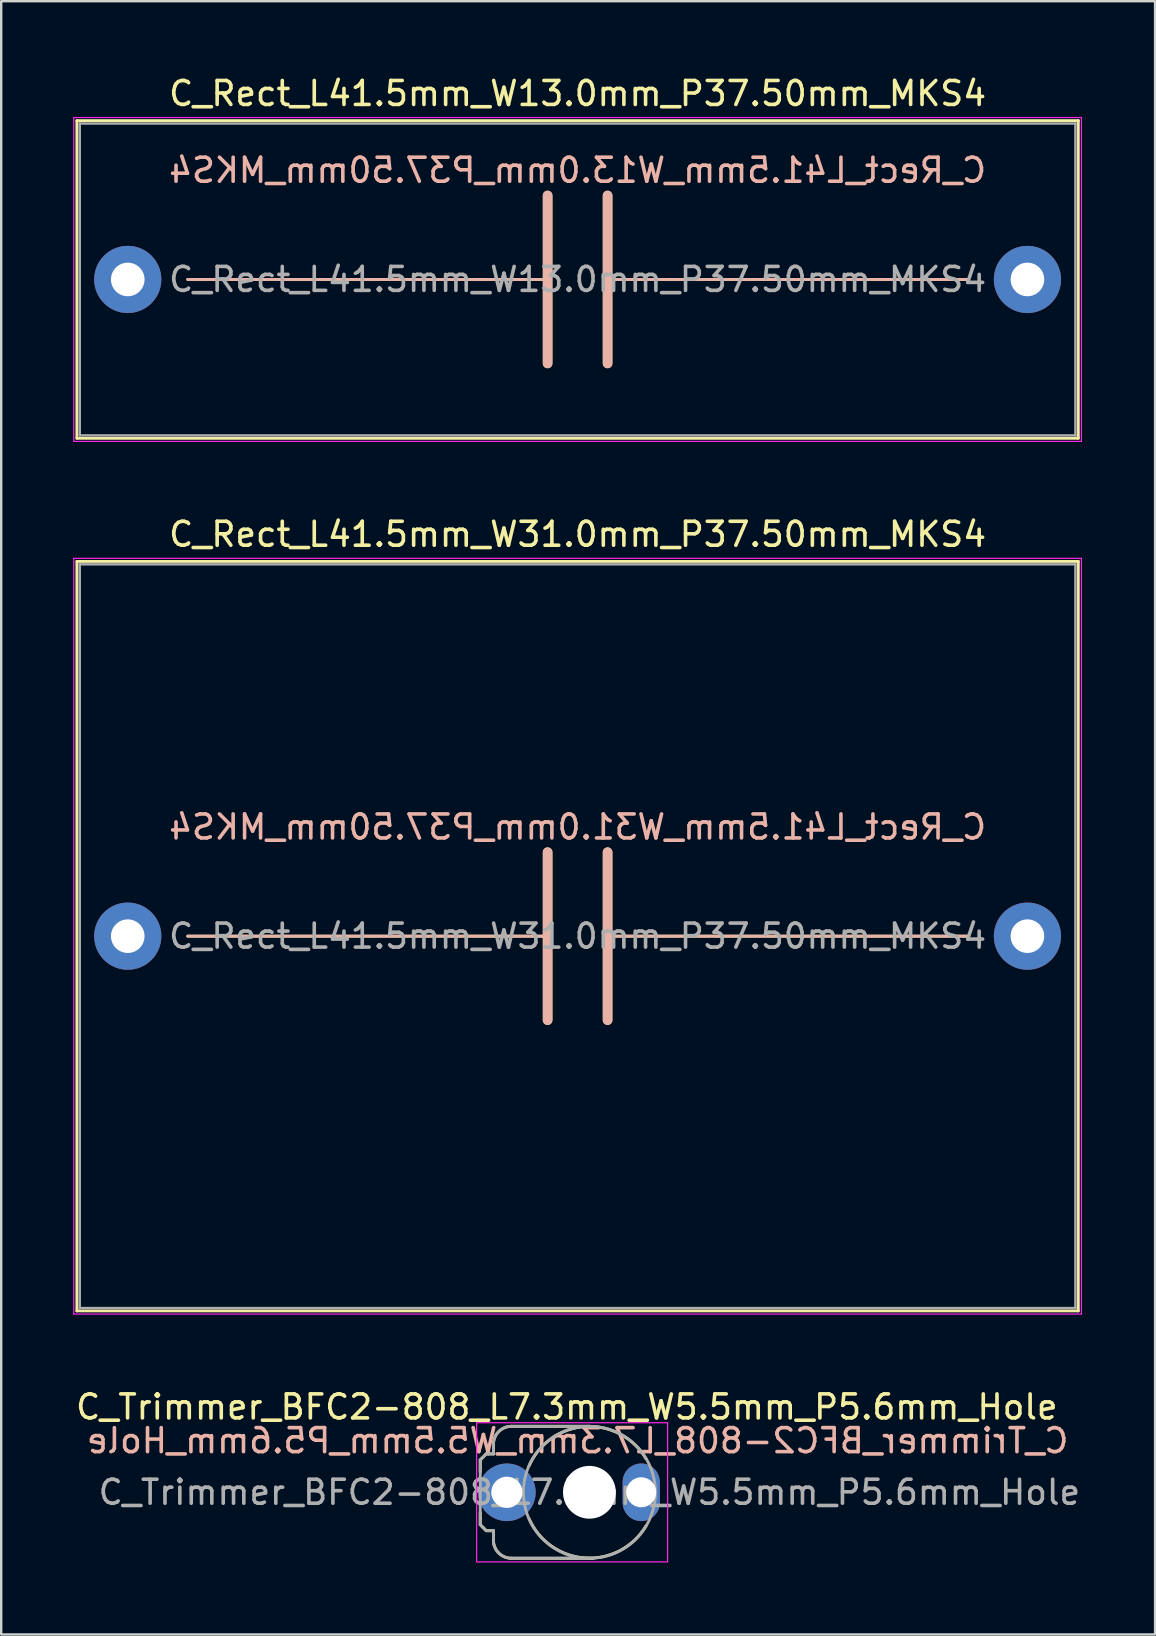
<source format=kicad_pcb>
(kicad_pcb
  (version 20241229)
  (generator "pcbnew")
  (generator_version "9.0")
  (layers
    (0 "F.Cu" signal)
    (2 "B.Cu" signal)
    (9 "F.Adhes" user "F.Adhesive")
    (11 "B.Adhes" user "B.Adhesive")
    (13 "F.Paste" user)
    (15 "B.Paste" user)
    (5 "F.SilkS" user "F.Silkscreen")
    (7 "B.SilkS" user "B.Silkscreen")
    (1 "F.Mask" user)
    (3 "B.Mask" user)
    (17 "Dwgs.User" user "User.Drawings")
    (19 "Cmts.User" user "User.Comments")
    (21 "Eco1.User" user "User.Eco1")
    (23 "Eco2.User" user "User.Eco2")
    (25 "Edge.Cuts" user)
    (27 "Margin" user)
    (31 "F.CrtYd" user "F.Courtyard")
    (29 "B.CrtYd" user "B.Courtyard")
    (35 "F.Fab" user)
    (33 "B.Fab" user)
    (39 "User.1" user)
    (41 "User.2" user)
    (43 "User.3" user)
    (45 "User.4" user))
  (footprint "C_Rect_L41.5mm_W13.0mm_P37.50mm_MKS4"
    (layer "F.Cu")
    (at 2.275 8.598)
    (property "Reference" "C_Rect_L41.5mm_W13.0mm_P37.50mm_MKS4" (at 18.75 -7.75 0) (layer "F.SilkS") (effects (font (size 1 1) (thickness 0.15))))
    (fp_line (start -2.12 -6.62) (end -2.12 6.62) (stroke (width 0.12) (type solid)) (layer "F.SilkS"))
    (fp_line (start -2.12 -6.62) (end 39.62 -6.62) (stroke (width 0.12) (type solid)) (layer "F.SilkS"))
    (fp_line (start -2.12 6.62) (end 39.62 6.62) (stroke (width 0.12) (type solid)) (layer "F.SilkS"))
    (fp_line (start 2.5 0) (end 17.5 0) (stroke (width 0.12) (type solid)) (layer "F.SilkS"))
    (fp_line (start 17.5 -3.5) (end 17.5 3.5) (stroke (width 0.4) (type solid)) (layer "F.SilkS"))
    (fp_line (start 20 -3.5) (end 20 3.5) (stroke (width 0.4) (type solid)) (layer "F.SilkS"))
    (fp_line (start 20 0) (end 35 0) (stroke (width 0.12) (type solid)) (layer "F.SilkS"))
    (fp_line (start 39.62 -6.62) (end 39.62 6.62) (stroke (width 0.12) (type solid)) (layer "F.SilkS"))
    (fp_line (start 2.5 0) (end 17.5 0) (stroke (width 0.12) (type solid)) (layer "B.SilkS"))
    (fp_line (start 17.5 3.5) (end 17.5 -3.5) (stroke (width 0.4) (type solid)) (layer "B.SilkS"))
    (fp_line (start 20 0) (end 35 0) (stroke (width 0.12) (type solid)) (layer "B.SilkS"))
    (fp_line (start 20 3.5) (end 20 -3.5) (stroke (width 0.4) (type solid)) (layer "B.SilkS"))
    (fp_line (start -2.25 -6.75) (end -2.25 6.75) (stroke (width 0.05) (type solid)) (layer "F.CrtYd"))
    (fp_line (start -2.25 6.75) (end 39.75 6.75) (stroke (width 0.05) (type solid)) (layer "F.CrtYd"))
    (fp_line (start 39.75 -6.75) (end -2.25 -6.75) (stroke (width 0.05) (type solid)) (layer "F.CrtYd"))
    (fp_line (start 39.75 6.75) (end 39.75 -6.75) (stroke (width 0.05) (type solid)) (layer "F.CrtYd"))
    (fp_line (start -2 -6.5) (end -2 6.5) (stroke (width 0.1) (type solid)) (layer "F.Fab"))
    (fp_line (start -2 6.5) (end 39.5 6.5) (stroke (width 0.1) (type solid)) (layer "F.Fab"))
    (fp_line (start 39.5 -6.5) (end -2 -6.5) (stroke (width 0.1) (type solid)) (layer "F.Fab"))
    (fp_line (start 39.5 6.5) (end 39.5 -6.5) (stroke (width 0.1) (type solid)) (layer "F.Fab"))
    (fp_text user "${REFERENCE}" (at 18.75 -4.55 0) (layer "B.SilkS") (effects (font (size 1 1) (thickness 0.15)) (justify mirror)))
    (fp_text user "${REFERENCE}" (at 18.75 0 0) (layer "F.Fab") (effects (font (size 1 1) (thickness 0.15))))
    (pad "1" thru_hole circle (at 0 0) (size 2.8 2.8) (drill 1.4) (layers "*.Cu" "*.Mask"))
    (pad "2" thru_hole circle (at 37.5 0) (size 2.8 2.8) (drill 1.4) (layers "*.Cu" "*.Mask")))
  (footprint "C_Trimmer_BFC2-808_L7.3mm_W5.5mm_P5.6mm_Hole"
    (layer "F.Cu")
    (at 18.077 59.151)
    (property "Reference" "C_Trimmer_BFC2-808_L7.3mm_W5.5mm_P5.6mm_Hole" (at 2.5 -3.556 0) (layer "F.SilkS") (effects (font (size 1 1) (thickness 0.15))))
    (fp_line (start -1.11 -1.35) (end -1.11 -0.85) (stroke (width 0.12) (type solid)) (layer "F.SilkS"))
    (fp_line (start -1.11 1.35) (end -1.11 0.85) (stroke (width 0.12) (type solid)) (layer "F.SilkS"))
    (fp_line (start -1.11 1.35) (end -0.86 1.6) (stroke (width 0.12) (type solid)) (layer "F.SilkS"))
    (fp_line (start -0.86 -1.6) (end -1.11 -1.35) (stroke (width 0.12) (type solid)) (layer "F.SilkS"))
    (fp_line (start -0.76 -1.6) (end -0.86 -1.6) (stroke (width 0.12) (type solid)) (layer "F.SilkS"))
    (fp_line (start -0.56 -2) (end -0.56 -1.6) (stroke (width 0.12) (type solid)) (layer "F.SilkS"))
    (fp_line (start -0.56 -1.6) (end -0.76 -1.6) (stroke (width 0.12) (type solid)) (layer "F.SilkS"))
    (fp_line (start -0.56 1.6) (end -0.86 1.6) (stroke (width 0.12) (type solid)) (layer "F.SilkS"))
    (fp_line (start -0.56 1.6) (end -0.56 2) (stroke (width 0.12) (type solid)) (layer "F.SilkS"))
    (fp_line (start 0.19 -2.75) (end 3.44 -2.75) (stroke (width 0.12) (type solid)) (layer "F.SilkS"))
    (fp_line (start 0.19 2.75) (end 3.59 2.75) (stroke (width 0.12) (type solid)) (layer "F.SilkS"))
    (fp_arc (start -0.56 -2) (mid -0.34033 -2.53033) (end 0.19 -2.75) (stroke (width 0.12) (type solid)) (layer "F.SilkS"))
    (fp_arc (start 0.19 2.75) (mid -0.34033 2.53033) (end -0.56 2) (stroke (width 0.12) (type solid)) (layer "F.SilkS"))
    (fp_arc (start 0.928365 -1.10512) (mid 3.274208 -2.738999) (end 5.8 -1.4) (stroke (width 0.12) (type solid)) (layer "F.SilkS"))
    (fp_arc (start 5.8 1.4) (mid 3.274208 2.738999) (end 0.928365 1.10512) (stroke (width 0.12) (type solid)) (layer "F.SilkS"))
    (fp_line (start -1.26 -2.9) (end -1.26 2.9) (stroke (width 0.05) (type solid)) (layer "F.CrtYd"))
    (fp_line (start -1.26 2.9) (end 6.7 2.9) (stroke (width 0.05) (type solid)) (layer "F.CrtYd"))
    (fp_line (start 6.7 -2.9) (end -1.26 -2.9) (stroke (width 0.05) (type solid)) (layer "F.CrtYd"))
    (fp_line (start 6.7 2.9) (end 6.7 -2.9) (stroke (width 0.05) (type solid)) (layer "F.CrtYd"))
    (fp_line (start -1.11 -1.35) (end -1.11 0) (stroke (width 0.12) (type solid)) (layer "F.Fab"))
    (fp_line (start -1.11 1.35) (end -1.11 0) (stroke (width 0.12) (type solid)) (layer "F.Fab"))
    (fp_line (start -1.11 1.35) (end -0.86 1.6) (stroke (width 0.12) (type solid)) (layer "F.Fab"))
    (fp_line (start -0.86 -1.6) (end -1.11 -1.35) (stroke (width 0.12) (type solid)) (layer "F.Fab"))
    (fp_line (start -0.76 -1.6) (end -0.86 -1.6) (stroke (width 0.12) (type solid)) (layer "F.Fab"))
    (fp_line (start -0.56 -2) (end -0.56 -1.6) (stroke (width 0.12) (type solid)) (layer "F.Fab"))
    (fp_line (start -0.56 -1.6) (end -0.76 -1.6) (stroke (width 0.12) (type solid)) (layer "F.Fab"))
    (fp_line (start -0.56 1.6) (end -0.86 1.6) (stroke (width 0.12) (type solid)) (layer "F.Fab"))
    (fp_line (start -0.56 1.6) (end -0.56 2) (stroke (width 0.12) (type solid)) (layer "F.Fab"))
    (fp_line (start 1.09 -2.75) (end 0.19 -2.75) (stroke (width 0.12) (type solid)) (layer "F.Fab"))
    (fp_line (start 3.44 -2.75) (end 1.09 -2.75) (stroke (width 0.12) (type solid)) (layer "F.Fab"))
    (fp_line (start 3.44 2.75) (end 0.19 2.75) (stroke (width 0.12) (type solid)) (layer "F.Fab"))
    (fp_arc (start -0.56 -2) (mid -0.34033 -2.53033) (end 0.19 -2.75) (stroke (width 0.12) (type solid)) (layer "F.Fab"))
    (fp_arc (start 0.19 2.75) (mid -0.34033 2.53033) (end -0.56 2) (stroke (width 0.12) (type solid)) (layer "F.Fab"))
    (fp_arc (start 3.44 -2.75) (mid 6.19 0) (end 3.44 2.75) (stroke (width 0.12) (type solid)) (layer "F.Fab"))
    (fp_arc (start 3.44 2.75) (mid 0.69 0) (end 3.44 -2.75) (stroke (width 0.12) (type solid)) (layer "F.Fab"))
    (fp_text user "${REFERENCE}" (at 2.95 -2.15 0) (layer "B.SilkS") (effects (font (size 1 1) (thickness 0.15)) (justify mirror)))
    (fp_text user "${REFERENCE}" (at 3.44 0 0) (layer "F.Fab") (effects (font (size 1 1) (thickness 0.15))))
    (pad "" np_thru_hole circle (at 3.44 0) (size 2.2 2.2) (drill 2.2) (layers "*.Cu" "*.Mask"))
    (pad "1" thru_hole circle (at 0 0) (size 2.4 2.4) (drill 1.3) (layers "*.Cu" "*.Mask"))
    (pad "2" thru_hole oval (at 5.6 0) (size 1.55 2.4) (drill 1.25) (layers "*.Cu" "*.Mask")))
  (footprint "C_Rect_L41.5mm_W31.0mm_P37.50mm_MKS4"
    (layer "F.Cu")
    (at 2.275 35.971)
    (property "Reference" "C_Rect_L41.5mm_W31.0mm_P37.50mm_MKS4" (at 18.75 -16.75 0) (layer "F.SilkS") (effects (font (size 1 1) (thickness 0.15))))
    (fp_line (start -2.12 -15.62) (end -2.12 15.62) (stroke (width 0.12) (type solid)) (layer "F.SilkS"))
    (fp_line (start -2.12 -15.62) (end 39.62 -15.62) (stroke (width 0.12) (type solid)) (layer "F.SilkS"))
    (fp_line (start -2.12 15.62) (end 39.62 15.62) (stroke (width 0.12) (type solid)) (layer "F.SilkS"))
    (fp_line (start 2.5 0) (end 17.5 0) (stroke (width 0.12) (type solid)) (layer "F.SilkS"))
    (fp_line (start 17.5 -3.5) (end 17.5 3.5) (stroke (width 0.4) (type solid)) (layer "F.SilkS"))
    (fp_line (start 20 -3.5) (end 20 3.5) (stroke (width 0.4) (type solid)) (layer "F.SilkS"))
    (fp_line (start 20 0) (end 35 0) (stroke (width 0.12) (type solid)) (layer "F.SilkS"))
    (fp_line (start 39.62 -15.62) (end 39.62 15.62) (stroke (width 0.12) (type solid)) (layer "F.SilkS"))
    (fp_line (start 2.5 0) (end 17.5 0) (stroke (width 0.12) (type solid)) (layer "B.SilkS"))
    (fp_line (start 17.5 3.5) (end 17.5 -3.5) (stroke (width 0.4) (type solid)) (layer "B.SilkS"))
    (fp_line (start 20 0) (end 35 0) (stroke (width 0.12) (type solid)) (layer "B.SilkS"))
    (fp_line (start 20 3.5) (end 20 -3.5) (stroke (width 0.4) (type solid)) (layer "B.SilkS"))
    (fp_line (start -2.25 -15.75) (end -2.25 15.75) (stroke (width 0.05) (type solid)) (layer "F.CrtYd"))
    (fp_line (start -2.25 15.75) (end 39.75 15.75) (stroke (width 0.05) (type solid)) (layer "F.CrtYd"))
    (fp_line (start 39.75 -15.75) (end -2.25 -15.75) (stroke (width 0.05) (type solid)) (layer "F.CrtYd"))
    (fp_line (start 39.75 15.75) (end 39.75 -15.75) (stroke (width 0.05) (type solid)) (layer "F.CrtYd"))
    (fp_line (start -2 -15.5) (end -2 15.5) (stroke (width 0.1) (type solid)) (layer "F.Fab"))
    (fp_line (start -2 15.5) (end 39.5 15.5) (stroke (width 0.1) (type solid)) (layer "F.Fab"))
    (fp_line (start 39.5 -15.5) (end -2 -15.5) (stroke (width 0.1) (type solid)) (layer "F.Fab"))
    (fp_line (start 39.5 15.5) (end 39.5 -15.5) (stroke (width 0.1) (type solid)) (layer "F.Fab"))
    (fp_text user "${REFERENCE}" (at 18.75 -4.55 0) (layer "B.SilkS") (effects (font (size 1 1) (thickness 0.15)) (justify mirror)))
    (fp_text user "${REFERENCE}" (at 18.75 0 0) (layer "F.Fab") (effects (font (size 1 1) (thickness 0.15))))
    (pad "1" thru_hole circle (at 0 0) (size 2.8 2.8) (drill 1.4) (layers "*.Cu" "*.Mask"))
    (pad "2" thru_hole circle (at 37.5 0) (size 2.8 2.8) (drill 1.4) (layers "*.Cu" "*.Mask")))
  (gr_rect
    (start -3 -3)
    (end 45.095 65.076)
    (stroke (width 0.1) (type default))
    (fill no)
    (layer "Edge.Cuts")))
</source>
